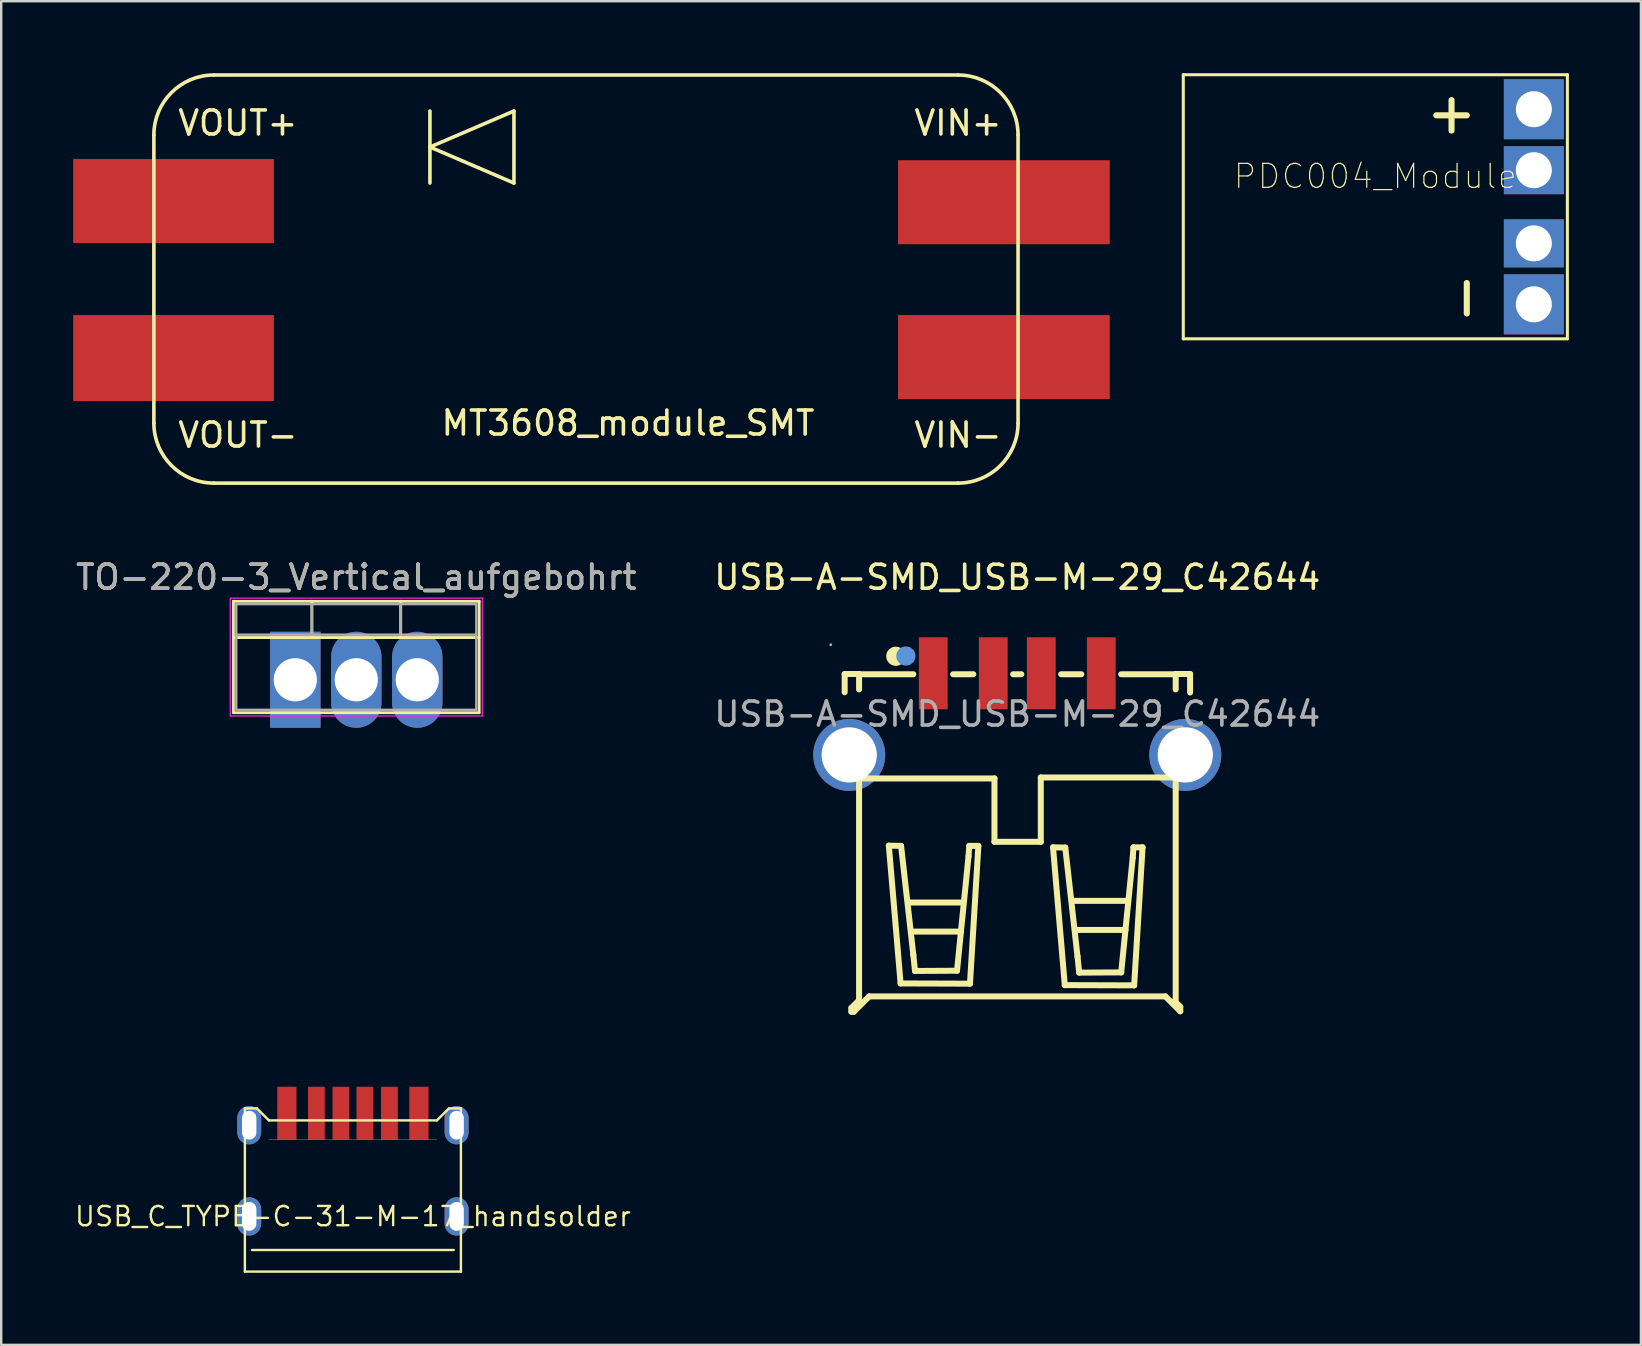
<source format=kicad_pcb>
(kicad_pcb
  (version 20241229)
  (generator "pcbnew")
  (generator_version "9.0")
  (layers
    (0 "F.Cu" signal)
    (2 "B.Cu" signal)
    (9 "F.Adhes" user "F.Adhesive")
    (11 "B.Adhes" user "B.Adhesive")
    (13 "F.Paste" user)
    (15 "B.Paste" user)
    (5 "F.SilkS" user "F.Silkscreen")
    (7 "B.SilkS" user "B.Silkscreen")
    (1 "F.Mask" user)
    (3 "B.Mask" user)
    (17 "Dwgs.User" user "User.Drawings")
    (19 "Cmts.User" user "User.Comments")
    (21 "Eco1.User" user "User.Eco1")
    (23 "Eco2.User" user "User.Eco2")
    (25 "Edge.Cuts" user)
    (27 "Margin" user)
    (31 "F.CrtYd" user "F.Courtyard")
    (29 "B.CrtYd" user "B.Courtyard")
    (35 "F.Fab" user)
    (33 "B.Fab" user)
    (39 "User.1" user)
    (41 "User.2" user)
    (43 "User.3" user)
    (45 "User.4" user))
  (footprint "USB-A-SMD_USB-M-29_C42644"
    (layer "F.Cu")
    (at 39.327 26.698)
    (property "Reference" "USB-A-SMD_USB-M-29_C42644" (at 0 -5.7 0) (layer "F.SilkS") (effects (font (size 1 1) (thickness 0.15))))
    (attr smd)
    (fp_line (start -7.19 -1.67) (end -7.19 -0.91) (stroke (width 0.25) (type solid)) (layer "F.SilkS"))
    (fp_line (start -6.91 12.24) (end -6.91 12.4) (stroke (width 0.25) (type solid)) (layer "F.SilkS"))
    (fp_line (start -6.91 12.4) (end -6.81 12.4) (stroke (width 0.25) (type solid)) (layer "F.SilkS"))
    (fp_line (start -6.81 12.4) (end -6.17 11.76) (stroke (width 0.25) (type solid)) (layer "F.SilkS"))
    (fp_line (start -6.62 11.95) (end -6.91 12.24) (stroke (width 0.25) (type solid)) (layer "F.SilkS"))
    (fp_line (start -6.61 -1.66) (end -4.33 -1.66) (stroke (width 0.25) (type solid)) (layer "F.SilkS"))
    (fp_line (start -6.6 2.68) (end -0.95 2.68) (stroke (width 0.25) (type solid)) (layer "F.SilkS"))
    (fp_line (start -6.59 -1.67) (end -7.19 -1.67) (stroke (width 0.25) (type solid)) (layer "F.SilkS"))
    (fp_line (start -6.59 -1.67) (end -6.59 -1.03) (stroke (width 0.25) (type solid)) (layer "F.SilkS"))
    (fp_line (start -6.59 2.77) (end -6.59 11.95) (stroke (width 0.25) (type solid)) (layer "F.SilkS"))
    (fp_line (start -6.17 11.76) (end 6.17 11.76) (stroke (width 0.25) (type solid)) (layer "F.SilkS"))
    (fp_line (start -5.35 5.48) (end -4.84 5.49) (stroke (width 0.25) (type solid)) (layer "F.SilkS"))
    (fp_line (start -4.86 11.22) (end -5.35 5.48) (stroke (width 0.25) (type solid)) (layer "F.SilkS"))
    (fp_line (start -4.84 5.49) (end -4.33 10.03) (stroke (width 0.25) (type solid)) (layer "F.SilkS"))
    (fp_line (start -4.51 7.85) (end -2.25 7.85) (stroke (width 0.25) (type solid)) (layer "F.SilkS"))
    (fp_line (start -4.37 9.06) (end -2.34 9.06) (stroke (width 0.25) (type solid)) (layer "F.SilkS"))
    (fp_line (start -4.33 10.03) (end -4.26 10.7) (stroke (width 0.25) (type solid)) (layer "F.SilkS"))
    (fp_line (start -4.26 10.7) (end -2.51 10.69) (stroke (width 0.25) (type solid)) (layer "F.SilkS"))
    (fp_line (start -2.67 -1.66) (end -1.83 -1.66) (stroke (width 0.25) (type solid)) (layer "F.SilkS"))
    (fp_line (start -2.51 10.69) (end -2.03 5.92) (stroke (width 0.25) (type solid)) (layer "F.SilkS"))
    (fp_line (start -2.03 5.92) (end -2 5.49) (stroke (width 0.25) (type solid)) (layer "F.SilkS"))
    (fp_line (start -2 5.49) (end -1.62 5.49) (stroke (width 0.25) (type solid)) (layer "F.SilkS"))
    (fp_line (start -1.97 11.23) (end -4.86 11.22) (stroke (width 0.25) (type solid)) (layer "F.SilkS"))
    (fp_line (start -1.62 5.49) (end -1.97 11.23) (stroke (width 0.25) (type solid)) (layer "F.SilkS"))
    (fp_line (start -0.95 2.68) (end -0.95 5.32) (stroke (width 0.25) (type solid)) (layer "F.SilkS"))
    (fp_line (start -0.95 5.32) (end 0.98 5.32) (stroke (width 0.25) (type solid)) (layer "F.SilkS"))
    (fp_line (start -0.17 -1.66) (end 0.17 -1.66) (stroke (width 0.25) (type solid)) (layer "F.SilkS"))
    (fp_line (start 0.98 2.64) (end 6.51 2.64) (stroke (width 0.25) (type solid)) (layer "F.SilkS"))
    (fp_line (start 0.98 5.32) (end 0.98 2.64) (stroke (width 0.25) (type solid)) (layer "F.SilkS"))
    (fp_line (start 1.49 5.55) (end 2 5.56) (stroke (width 0.25) (type solid)) (layer "F.SilkS"))
    (fp_line (start 1.83 -1.66) (end 2.67 -1.66) (stroke (width 0.25) (type solid)) (layer "F.SilkS"))
    (fp_line (start 1.98 11.29) (end 1.49 5.55) (stroke (width 0.25) (type solid)) (layer "F.SilkS"))
    (fp_line (start 2 5.56) (end 2.51 10.1) (stroke (width 0.25) (type solid)) (layer "F.SilkS"))
    (fp_line (start 2.34 7.78) (end 4.6 7.78) (stroke (width 0.25) (type solid)) (layer "F.SilkS"))
    (fp_line (start 2.48 8.99) (end 4.51 8.99) (stroke (width 0.25) (type solid)) (layer "F.SilkS"))
    (fp_line (start 2.51 10.1) (end 2.58 10.77) (stroke (width 0.25) (type solid)) (layer "F.SilkS"))
    (fp_line (start 2.58 10.77) (end 4.33 10.76) (stroke (width 0.25) (type solid)) (layer "F.SilkS"))
    (fp_line (start 4.33 -1.66) (end 6.6 -1.66) (stroke (width 0.25) (type solid)) (layer "F.SilkS"))
    (fp_line (start 4.33 10.76) (end 4.81 5.98) (stroke (width 0.25) (type solid)) (layer "F.SilkS"))
    (fp_line (start 4.81 5.98) (end 4.84 5.55) (stroke (width 0.25) (type solid)) (layer "F.SilkS"))
    (fp_line (start 4.84 5.55) (end 5.22 5.55) (stroke (width 0.25) (type solid)) (layer "F.SilkS"))
    (fp_line (start 4.87 11.3) (end 1.98 11.29) (stroke (width 0.25) (type solid)) (layer "F.SilkS"))
    (fp_line (start 5.22 5.55) (end 4.87 11.3) (stroke (width 0.25) (type solid)) (layer "F.SilkS"))
    (fp_line (start 6.17 11.76) (end 6.79 12.38) (stroke (width 0.25) (type solid)) (layer "F.SilkS"))
    (fp_line (start 6.51 2.64) (end 6.57 2.58) (stroke (width 0.25) (type solid)) (layer "F.SilkS"))
    (fp_line (start 6.6 -1.67) (end 6.6 -1.03) (stroke (width 0.25) (type solid)) (layer "F.SilkS"))
    (fp_line (start 6.6 -1.67) (end 7.2 -1.67) (stroke (width 0.25) (type solid)) (layer "F.SilkS"))
    (fp_line (start 6.6 2.77) (end 6.6 11.91) (stroke (width 0.25) (type solid)) (layer "F.SilkS"))
    (fp_line (start 6.79 12.19) (end 6.55 11.95) (stroke (width 0.25) (type solid)) (layer "F.SilkS"))
    (fp_line (start 6.79 12.38) (end 6.79 12.19) (stroke (width 0.25) (type solid)) (layer "F.SilkS"))
    (fp_line (start 7.2 -1.67) (end 7.2 -0.9) (stroke (width 0.25) (type solid)) (layer "F.SilkS"))
    (fp_circle (center -5.06 -2.41) (end -4.86 -2.41) (stroke (width 0.4) (type solid)) (fill no) (layer "F.SilkS"))
    (fp_circle (center -7 1.7) (end -6.25 1.7) (stroke (width 1.5) (type solid)) (fill no) (layer "F.Paste"))
    (fp_circle (center 7 1.7) (end 7.75 1.7) (stroke (width 1.5) (type solid)) (fill no) (layer "F.Paste"))
    (fp_circle (center -4.64 -2.42) (end -4.44 -2.42) (stroke (width 0.4) (type solid)) (fill no) (layer "Cmts.User"))
    (fp_circle (center -7.77 -2.89) (end -7.74 -2.89) (stroke (width 0.06) (type solid)) (fill no) (layer "F.Fab"))
    (fp_text user "${REFERENCE}" (at 0 0 0) (layer "F.Fab") (effects (font (size 1 1) (thickness 0.15))))
    (pad "1" smd rect (at -3.5 -1.7 180) (size 1.2 3) (layers "F.Cu" "F.Mask" "F.Paste"))
    (pad "2" smd rect (at -1 -1.7 180) (size 1.2 3) (layers "F.Cu" "F.Mask" "F.Paste"))
    (pad "3" smd rect (at 1 -1.7 180) (size 1.2 3) (layers "F.Cu" "F.Mask" "F.Paste"))
    (pad "4" smd rect (at 3.5 -1.7 180) (size 1.2 3) (layers "F.Cu" "F.Mask" "F.Paste"))
    (pad "5" thru_hole circle (at -7 1.7 270) (size 3 3) (drill 2.3) (layers "*.Cu" "*.Mask"))
    (pad "5" thru_hole circle (at 7 1.7 90) (size 3 3) (drill 2.3) (layers "*.Cu" "*.Mask")))
  (footprint "USB_C_TYPE-C-31-M-17_handsolder"
    (layer "F.Cu")
    (at 11.651 47.623)
    (property "Reference" "USB_C_TYPE-C-31-M-17_handsolder" (at 0 0 0) (layer "F.SilkS") (effects (font (size 0.8 0.8) (thickness 0.1))))
    (attr smd)
    (fp_line (start -4.5 -4.5) (end -4.5 2.3) (stroke (width 0.1) (type solid)) (layer "F.SilkS"))
    (fp_line (start -4.5 -4.5) (end -4 -4.5) (stroke (width 0.1) (type solid)) (layer "F.SilkS"))
    (fp_line (start -4 -4.5) (end -3.5 -4) (stroke (width 0.1) (type solid)) (layer "F.SilkS"))
    (fp_line (start -3.5 -4) (end 3.5 -4) (stroke (width 0.1) (type solid)) (layer "F.SilkS"))
    (fp_line (start -3.5 -3.2) (end 3.5 -3.2) (stroke (width 0.01) (type solid)) (layer "F.SilkS"))
    (fp_line (start 3.5 -4) (end 4 -4.5) (stroke (width 0.1) (type solid)) (layer "F.SilkS"))
    (fp_line (start 4 -4.5) (end 4.5 -4.5) (stroke (width 0.1) (type solid)) (layer "F.SilkS"))
    (fp_line (start 4.2 1.4) (end -4.2 1.4) (stroke (width 0.1) (type solid)) (layer "F.SilkS"))
    (fp_line (start 4.5 -4.5) (end 4.5 2.3) (stroke (width 0.1) (type solid)) (layer "F.SilkS"))
    (fp_line (start 4.5 2.3) (end -4.5 2.3) (stroke (width 0.1) (type solid)) (layer "F.SilkS"))
    (pad "A5" smd rect (at -0.5 -4.3) (size 0.7 2.2) (layers "F.Cu" "F.Mask" "F.Paste"))
    (pad "A9" smd rect (at 1.52 -4.3) (size 0.7 2.2) (layers "F.Cu" "F.Mask" "F.Paste"))
    (pad "A12" smd rect (at 2.75 -4.3) (size 0.8 2.2) (layers "F.Cu" "F.Mask" "F.Paste"))
    (pad "B5" smd rect (at 0.5 -4.3) (size 0.7 2.2) (layers "F.Cu" "F.Mask" "F.Paste"))
    (pad "B9" smd rect (at -1.52 -4.3) (size 0.7 2.2) (layers "F.Cu" "F.Mask" "F.Paste"))
    (pad "B12" smd rect (at -2.75 -4.3) (size 0.8 2.2) (layers "F.Cu" "F.Mask" "F.Paste"))
    (pad "S1" thru_hole roundrect (at -4.32 -3.8) (size 1 1.6) (drill oval 0.6 1.2) (layers "*.Cu" "*.Mask") (roundrect_rratio 0.5))
    (pad "S1" thru_hole roundrect (at -4.32 0) (size 1 1.6) (drill oval 0.6 1.2) (layers "*.Cu" "*.Mask") (roundrect_rratio 0.5))
    (pad "S1" thru_hole roundrect (at 4.32 -3.8) (size 1 1.6) (drill oval 0.6 1.2) (layers "*.Cu" "*.Mask") (roundrect_rratio 0.5))
    (pad "S1" thru_hole roundrect (at 4.32 0) (size 1 1.6) (drill oval 0.6 1.2) (layers "*.Cu" "*.Mask") (roundrect_rratio 0.5)))
  (footprint "TO-220-3_Vertical_aufgebohrt"
    (layer "F.Cu")
    (at 9.252 25.268)
    (property "Reference" "TO-220-3_Vertical_aufgebohrt" (at 2.54 -4.27 0) (layer "F.SilkS") (effects (font (size 1 1) (thickness 0.15))))
    (attr through_hole)
    (fp_line (start -2.58 -3.27) (end -2.58 1.371) (stroke (width 0.12) (type solid)) (layer "F.SilkS"))
    (fp_line (start -2.58 -3.27) (end 7.66 -3.27) (stroke (width 0.12) (type solid)) (layer "F.SilkS"))
    (fp_line (start -2.58 -1.76) (end 7.66 -1.76) (stroke (width 0.12) (type solid)) (layer "F.SilkS"))
    (fp_line (start -2.58 1.371) (end 7.66 1.371) (stroke (width 0.12) (type solid)) (layer "F.SilkS"))
    (fp_line (start 0.69 -3.27) (end 0.69 -1.76) (stroke (width 0.12) (type solid)) (layer "F.SilkS"))
    (fp_line (start 4.391 -3.27) (end 4.391 -1.76) (stroke (width 0.12) (type solid)) (layer "F.SilkS"))
    (fp_line (start 7.66 -3.27) (end 7.66 1.371) (stroke (width 0.12) (type solid)) (layer "F.SilkS"))
    (fp_line (start -2.71 -3.4) (end -2.71 1.51) (stroke (width 0.05) (type solid)) (layer "F.CrtYd"))
    (fp_line (start -2.71 1.51) (end 7.79 1.51) (stroke (width 0.05) (type solid)) (layer "F.CrtYd"))
    (fp_line (start 7.79 -3.4) (end -2.71 -3.4) (stroke (width 0.05) (type solid)) (layer "F.CrtYd"))
    (fp_line (start 7.79 1.51) (end 7.79 -3.4) (stroke (width 0.05) (type solid)) (layer "F.CrtYd"))
    (fp_line (start -2.46 -3.15) (end -2.46 1.25) (stroke (width 0.1) (type solid)) (layer "F.Fab"))
    (fp_line (start -2.46 -1.88) (end 7.54 -1.88) (stroke (width 0.1) (type solid)) (layer "F.Fab"))
    (fp_line (start -2.46 1.25) (end 7.54 1.25) (stroke (width 0.1) (type solid)) (layer "F.Fab"))
    (fp_line (start 0.69 -3.15) (end 0.69 -1.88) (stroke (width 0.1) (type solid)) (layer "F.Fab"))
    (fp_line (start 4.39 -3.15) (end 4.39 -1.88) (stroke (width 0.1) (type solid)) (layer "F.Fab"))
    (fp_line (start 7.54 -3.15) (end -2.46 -3.15) (stroke (width 0.1) (type solid)) (layer "F.Fab"))
    (fp_line (start 7.54 1.25) (end 7.54 -3.15) (stroke (width 0.1) (type solid)) (layer "F.Fab"))
    (fp_text user "${REFERENCE}" (at 2.54 -4.27 0) (layer "F.Fab") (effects (font (size 1 1) (thickness 0.15))))
    (pad "1" thru_hole rect (at 0 0) (size 2.1 4) (drill 1.8) (layers "*.Cu" "*.Mask"))
    (pad "2" thru_hole oval (at 2.54 0) (size 2.1 4) (drill 1.8) (layers "*.Cu" "*.Mask"))
    (pad "3" thru_hole oval (at 5.08 0) (size 2.1 4) (drill 1.8) (layers "*.Cu" "*.Mask")))
  (footprint "PDC004_Module"
    (layer "F.Cu")
    (at 54.243 5.564)
    (property "Reference" "PDC004_Module" (at 0 -1.27 0) (layer "F.SilkS") (effects (font (size 1 1) (thickness 0.05))))
    (attr through_hole)
    (fp_line (start -8 -5.5) (end 8 -5.5) (stroke (width 0.127) (type solid)) (layer "F.SilkS"))
    (fp_line (start -8 5.5) (end -8 -5.5) (stroke (width 0.127) (type solid)) (layer "F.SilkS"))
    (fp_line (start 2.54 -3.81) (end 3.81 -3.81) (stroke (width 0.254) (type solid)) (layer "F.SilkS"))
    (fp_line (start 3.175 -4.445) (end 3.175 -3.175) (stroke (width 0.254) (type solid)) (layer "F.SilkS"))
    (fp_line (start 3.81 4.445) (end 3.81 3.175) (stroke (width 0.254) (type solid)) (layer "F.SilkS"))
    (fp_line (start 8 -5.5) (end 8 5.5) (stroke (width 0.127) (type solid)) (layer "F.SilkS"))
    (fp_line (start 8 5.5) (end -8 5.5) (stroke (width 0.127) (type solid)) (layer "F.SilkS"))
    (pad "OUT+" thru_hole rect (at 6.604 -4.064) (size 2.5 2.5) (drill 1.5) (layers "*.Cu" "*.Mask"))
    (pad "OUT+" thru_hole rect (at 6.604 -1.524) (size 2.5 2) (drill 1.5) (layers "*.Cu" "*.Mask"))
    (pad "OUT-" thru_hole rect (at 6.604 1.524) (size 2.5 2) (drill 1.5) (layers "*.Cu" "*.Mask"))
    (pad "OUT-" thru_hole rect (at 6.604 4.064) (size 2.5 2.5) (drill 1.5) (layers "*.Cu" "*.Mask")))
  (footprint "MT3608_module_SMT"
    (layer "F.Cu")
    (at 22.86 8.575)
    (property "Reference" "MT3608_module_SMT" (at 0.25 6 180) (layer "F.SilkS") (effects (font (size 1 1) (thickness 0.15))))
    (attr smd)
    (fp_line (start -19.5 -6) (end -19.5 6) (stroke (width 0.15) (type solid)) (layer "F.SilkS"))
    (fp_line (start -17 8.5) (end 14 8.5) (stroke (width 0.15) (type solid)) (layer "F.SilkS"))
    (fp_line (start -8 -7) (end -8 -4) (stroke (width 0.15) (type solid)) (layer "F.SilkS"))
    (fp_line (start -8 -5.5) (end -4.5 -7) (stroke (width 0.15) (type solid)) (layer "F.SilkS"))
    (fp_line (start -4.5 -7) (end -4.5 -4) (stroke (width 0.15) (type solid)) (layer "F.SilkS"))
    (fp_line (start -4.5 -4) (end -8 -5.5) (stroke (width 0.15) (type solid)) (layer "F.SilkS"))
    (fp_line (start 14 -8.5) (end -17 -8.5) (stroke (width 0.15) (type solid)) (layer "F.SilkS"))
    (fp_line (start 16.5 6) (end 16.5 -6) (stroke (width 0.15) (type solid)) (layer "F.SilkS"))
    (fp_arc (start -19.5 -6) (mid -18.767767 -7.767767) (end -17 -8.5) (stroke (width 0.15) (type solid)) (layer "F.SilkS"))
    (fp_arc (start -17 8.5) (mid -18.767767 7.767767) (end -19.5 6) (stroke (width 0.15) (type solid)) (layer "F.SilkS"))
    (fp_arc (start 14 -8.5) (mid 15.767767 -7.767767) (end 16.5 -6) (stroke (width 0.15) (type solid)) (layer "F.SilkS"))
    (fp_arc (start 16.5 6) (mid 15.767767 7.767767) (end 14 8.5) (stroke (width 0.15) (type solid)) (layer "F.SilkS"))
    (fp_text user "VOUT-" (at -16 6.5 0) (layer "F.SilkS") (effects (font (size 1 1) (thickness 0.15))))
    (fp_text user "VOUT+" (at -16 -6.5 0) (layer "F.SilkS") (effects (font (size 1 1) (thickness 0.15))))
    (fp_text user "VIN-" (at 14 6.5 0) (layer "F.SilkS") (effects (font (size 1 1) (thickness 0.15))))
    (fp_text user "VIN+" (at 14 -6.5 0) (layer "F.SilkS") (effects (font (size 1 1) (thickness 0.15))))
    (pad "IN+" smd rect (at 15.91 -3.2 180) (size 8.82 3.5) (layers "F.Cu" "F.Mask" "F.Paste"))
    (pad "IN-" smd rect (at 15.91 3.25 180) (size 8.82 3.5) (layers "F.Cu" "F.Mask" "F.Paste"))
    (pad "OUT+" smd rect (at -18.68 -3.25 180) (size 8.36 3.5) (layers "F.Cu" "F.Mask" "F.Paste"))
    (pad "OUT-" smd rect (at -18.68 3.29 180) (size 8.36 3.58) (layers "F.Cu" "F.Mask" "F.Paste")))
  (gr_rect
    (start -3 -3)
    (end 65.307 52.973)
    (stroke (width 0.1) (type default))
    (fill no)
    (layer "Edge.Cuts")))
</source>
